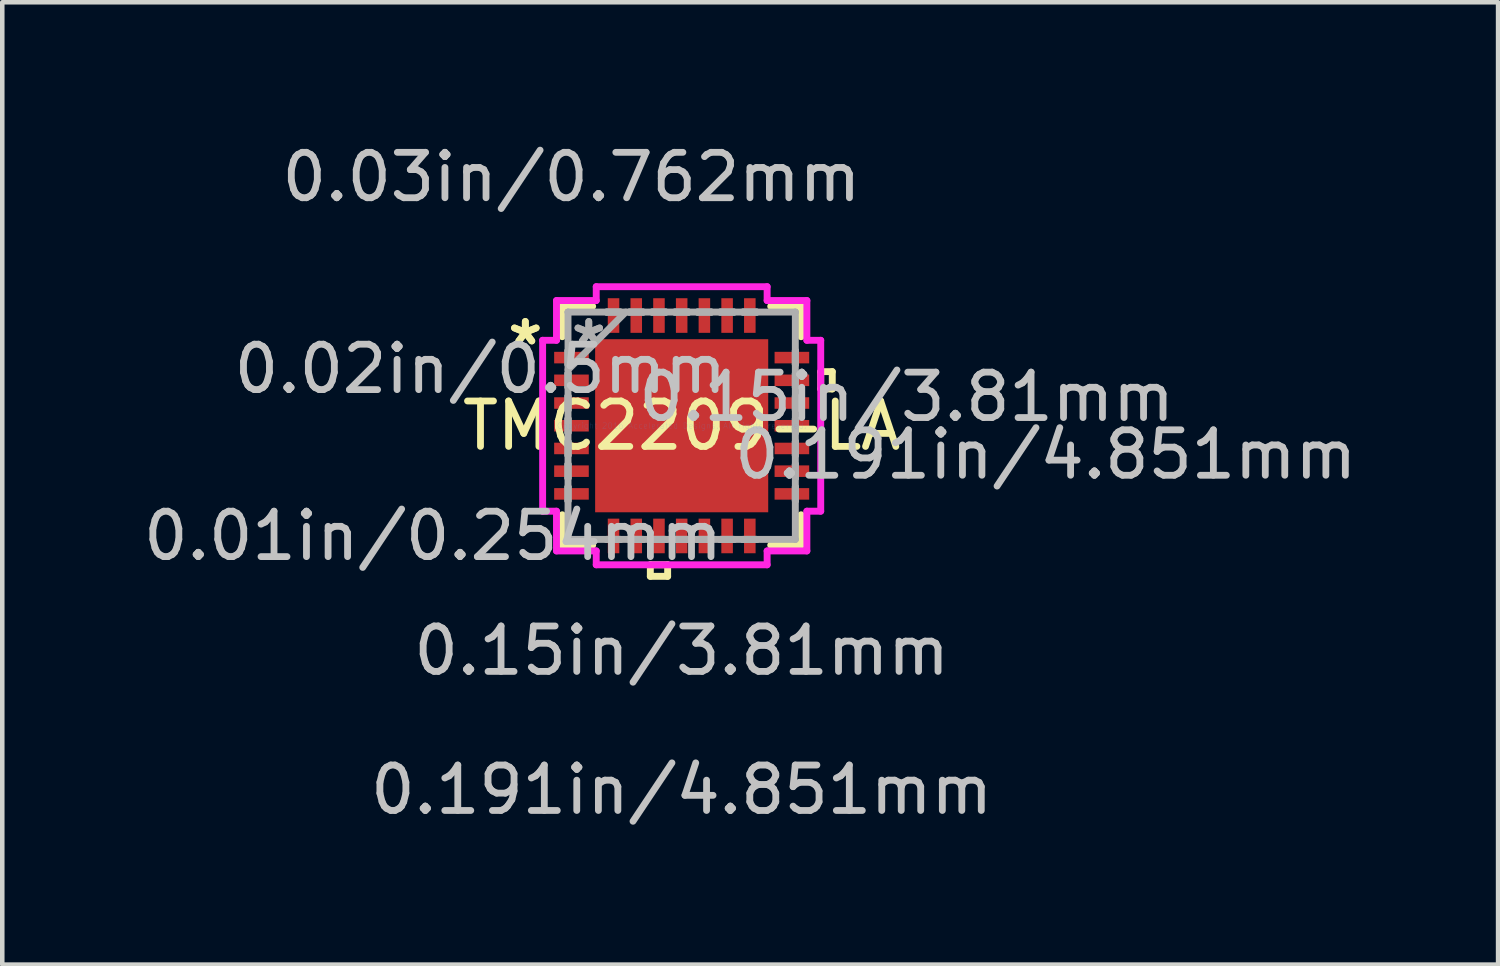
<source format=kicad_pcb>
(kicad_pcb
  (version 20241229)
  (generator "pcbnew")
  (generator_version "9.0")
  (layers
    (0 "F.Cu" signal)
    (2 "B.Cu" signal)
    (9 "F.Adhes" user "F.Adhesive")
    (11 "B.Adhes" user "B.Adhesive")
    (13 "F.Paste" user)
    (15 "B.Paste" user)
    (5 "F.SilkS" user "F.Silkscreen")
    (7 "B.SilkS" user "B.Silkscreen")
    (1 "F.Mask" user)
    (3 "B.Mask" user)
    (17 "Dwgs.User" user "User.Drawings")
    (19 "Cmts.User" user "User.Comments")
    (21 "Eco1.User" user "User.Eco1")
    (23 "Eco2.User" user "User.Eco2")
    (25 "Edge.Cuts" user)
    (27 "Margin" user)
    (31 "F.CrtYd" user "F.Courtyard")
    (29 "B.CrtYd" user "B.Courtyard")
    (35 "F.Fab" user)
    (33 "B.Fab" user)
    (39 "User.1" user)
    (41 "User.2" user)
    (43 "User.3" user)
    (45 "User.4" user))
  (footprint "TMC2209-LA"
    (layer "F.Cu")
    (at 11.956 6.322)
    (property "Reference" "TMC2209-LA" (at 0 0 0) (layer "F.SilkS") (effects (font (size 1 1) (thickness 0.15))))
    (attr through_hole)
    (fp_line (start -2.629 -2.629) (end -2.629 -1.96) (stroke (width 0.152) (type solid)) (layer "F.SilkS"))
    (fp_line (start -2.629 1.96) (end -2.629 2.629) (stroke (width 0.152) (type solid)) (layer "F.SilkS"))
    (fp_line (start -2.629 2.629) (end -1.96 2.629) (stroke (width 0.152) (type solid)) (layer "F.SilkS"))
    (fp_line (start -1.96 -2.629) (end -2.629 -2.629) (stroke (width 0.152) (type solid)) (layer "F.SilkS"))
    (fp_line (start -0.69 3.061) (end -0.69 3.315) (stroke (width 0.152) (type solid)) (layer "F.SilkS"))
    (fp_line (start -0.69 3.315) (end -0.309 3.315) (stroke (width 0.152) (type solid)) (layer "F.SilkS"))
    (fp_line (start -0.309 3.061) (end -0.69 3.061) (stroke (width 0.152) (type solid)) (layer "F.SilkS"))
    (fp_line (start -0.309 3.315) (end -0.309 3.061) (stroke (width 0.152) (type solid)) (layer "F.SilkS"))
    (fp_line (start 1.96 2.629) (end 2.629 2.629) (stroke (width 0.152) (type solid)) (layer "F.SilkS"))
    (fp_line (start 2.629 -2.629) (end 1.96 -2.629) (stroke (width 0.152) (type solid)) (layer "F.SilkS"))
    (fp_line (start 2.629 -1.96) (end 2.629 -2.629) (stroke (width 0.152) (type solid)) (layer "F.SilkS"))
    (fp_line (start 2.629 2.629) (end 2.629 1.96) (stroke (width 0.152) (type solid)) (layer "F.SilkS"))
    (fp_line (start 3.061 -1.191) (end 3.315 -1.191) (stroke (width 0.152) (type solid)) (layer "F.SilkS"))
    (fp_line (start 3.061 -0.81) (end 3.061 -1.191) (stroke (width 0.152) (type solid)) (layer "F.SilkS"))
    (fp_line (start 3.315 -1.191) (end 3.315 -0.81) (stroke (width 0.152) (type solid)) (layer "F.SilkS"))
    (fp_line (start 3.315 -0.81) (end 3.061 -0.81) (stroke (width 0.152) (type solid)) (layer "F.SilkS"))
    (fp_line (start -1.805 -1.805) (end -1.805 -0.735) (stroke (width 0.152) (type solid)) (layer "F.Paste"))
    (fp_line (start -1.805 -0.735) (end -0.735 -0.735) (stroke (width 0.152) (type solid)) (layer "F.Paste"))
    (fp_line (start -1.805 -0.535) (end -1.805 0.535) (stroke (width 0.152) (type solid)) (layer "F.Paste"))
    (fp_line (start -1.805 0.535) (end -0.735 0.535) (stroke (width 0.152) (type solid)) (layer "F.Paste"))
    (fp_line (start -1.805 0.735) (end -1.805 1.805) (stroke (width 0.152) (type solid)) (layer "F.Paste"))
    (fp_line (start -1.805 1.805) (end -0.735 1.805) (stroke (width 0.152) (type solid)) (layer "F.Paste"))
    (fp_line (start -0.735 -1.805) (end -1.805 -1.805) (stroke (width 0.152) (type solid)) (layer "F.Paste"))
    (fp_line (start -0.735 -0.735) (end -0.735 -1.805) (stroke (width 0.152) (type solid)) (layer "F.Paste"))
    (fp_line (start -0.735 -0.535) (end -1.805 -0.535) (stroke (width 0.152) (type solid)) (layer "F.Paste"))
    (fp_line (start -0.735 0.535) (end -0.735 -0.535) (stroke (width 0.152) (type solid)) (layer "F.Paste"))
    (fp_line (start -0.735 0.735) (end -1.805 0.735) (stroke (width 0.152) (type solid)) (layer "F.Paste"))
    (fp_line (start -0.735 1.805) (end -0.735 0.735) (stroke (width 0.152) (type solid)) (layer "F.Paste"))
    (fp_line (start -0.535 -1.805) (end -0.535 -0.735) (stroke (width 0.152) (type solid)) (layer "F.Paste"))
    (fp_line (start -0.535 -0.735) (end 0.535 -0.735) (stroke (width 0.152) (type solid)) (layer "F.Paste"))
    (fp_line (start -0.535 -0.535) (end -0.535 0.535) (stroke (width 0.152) (type solid)) (layer "F.Paste"))
    (fp_line (start -0.535 0.535) (end 0.535 0.535) (stroke (width 0.152) (type solid)) (layer "F.Paste"))
    (fp_line (start -0.535 0.735) (end -0.535 1.805) (stroke (width 0.152) (type solid)) (layer "F.Paste"))
    (fp_line (start -0.535 1.805) (end 0.535 1.805) (stroke (width 0.152) (type solid)) (layer "F.Paste"))
    (fp_line (start 0.535 -1.805) (end -0.535 -1.805) (stroke (width 0.152) (type solid)) (layer "F.Paste"))
    (fp_line (start 0.535 -0.735) (end 0.535 -1.805) (stroke (width 0.152) (type solid)) (layer "F.Paste"))
    (fp_line (start 0.535 -0.535) (end -0.535 -0.535) (stroke (width 0.152) (type solid)) (layer "F.Paste"))
    (fp_line (start 0.535 0.535) (end 0.535 -0.535) (stroke (width 0.152) (type solid)) (layer "F.Paste"))
    (fp_line (start 0.535 0.735) (end -0.535 0.735) (stroke (width 0.152) (type solid)) (layer "F.Paste"))
    (fp_line (start 0.535 1.805) (end 0.535 0.735) (stroke (width 0.152) (type solid)) (layer "F.Paste"))
    (fp_line (start 0.735 -1.805) (end 0.735 -0.735) (stroke (width 0.152) (type solid)) (layer "F.Paste"))
    (fp_line (start 0.735 -0.735) (end 1.805 -0.735) (stroke (width 0.152) (type solid)) (layer "F.Paste"))
    (fp_line (start 0.735 -0.535) (end 0.735 0.535) (stroke (width 0.152) (type solid)) (layer "F.Paste"))
    (fp_line (start 0.735 0.535) (end 1.805 0.535) (stroke (width 0.152) (type solid)) (layer "F.Paste"))
    (fp_line (start 0.735 0.735) (end 0.735 1.805) (stroke (width 0.152) (type solid)) (layer "F.Paste"))
    (fp_line (start 0.735 1.805) (end 1.805 1.805) (stroke (width 0.152) (type solid)) (layer "F.Paste"))
    (fp_line (start 1.805 -1.805) (end 0.735 -1.805) (stroke (width 0.152) (type solid)) (layer "F.Paste"))
    (fp_line (start 1.805 -0.735) (end 1.805 -1.805) (stroke (width 0.152) (type solid)) (layer "F.Paste"))
    (fp_line (start 1.805 -0.535) (end 0.735 -0.535) (stroke (width 0.152) (type solid)) (layer "F.Paste"))
    (fp_line (start 1.805 0.535) (end 1.805 -0.535) (stroke (width 0.152) (type solid)) (layer "F.Paste"))
    (fp_line (start 1.805 0.735) (end 0.735 0.735) (stroke (width 0.152) (type solid)) (layer "F.Paste"))
    (fp_line (start 1.805 1.805) (end 1.805 0.735) (stroke (width 0.152) (type solid)) (layer "F.Paste"))
    (fp_line (start -3.061 -1.881) (end -2.756 -1.881) (stroke (width 0.152) (type solid)) (layer "F.CrtYd"))
    (fp_line (start -3.061 1.881) (end -3.061 -1.881) (stroke (width 0.152) (type solid)) (layer "F.CrtYd"))
    (fp_line (start -2.756 -2.756) (end -1.881 -2.756) (stroke (width 0.152) (type solid)) (layer "F.CrtYd"))
    (fp_line (start -2.756 -1.881) (end -2.756 -2.756) (stroke (width 0.152) (type solid)) (layer "F.CrtYd"))
    (fp_line (start -2.756 1.881) (end -3.061 1.881) (stroke (width 0.152) (type solid)) (layer "F.CrtYd"))
    (fp_line (start -2.756 2.756) (end -2.756 1.881) (stroke (width 0.152) (type solid)) (layer "F.CrtYd"))
    (fp_line (start -1.881 -3.061) (end 1.881 -3.061) (stroke (width 0.152) (type solid)) (layer "F.CrtYd"))
    (fp_line (start -1.881 -2.756) (end -1.881 -3.061) (stroke (width 0.152) (type solid)) (layer "F.CrtYd"))
    (fp_line (start -1.881 2.756) (end -2.756 2.756) (stroke (width 0.152) (type solid)) (layer "F.CrtYd"))
    (fp_line (start -1.881 3.061) (end -1.881 2.756) (stroke (width 0.152) (type solid)) (layer "F.CrtYd"))
    (fp_line (start 1.881 -3.061) (end 1.881 -2.756) (stroke (width 0.152) (type solid)) (layer "F.CrtYd"))
    (fp_line (start 1.881 -2.756) (end 2.756 -2.756) (stroke (width 0.152) (type solid)) (layer "F.CrtYd"))
    (fp_line (start 1.881 2.756) (end 1.881 3.061) (stroke (width 0.152) (type solid)) (layer "F.CrtYd"))
    (fp_line (start 1.881 3.061) (end -1.881 3.061) (stroke (width 0.152) (type solid)) (layer "F.CrtYd"))
    (fp_line (start 2.756 -2.756) (end 2.756 -1.881) (stroke (width 0.152) (type solid)) (layer "F.CrtYd"))
    (fp_line (start 2.756 -1.881) (end 3.061 -1.881) (stroke (width 0.152) (type solid)) (layer "F.CrtYd"))
    (fp_line (start 2.756 1.881) (end 2.756 2.756) (stroke (width 0.152) (type solid)) (layer "F.CrtYd"))
    (fp_line (start 2.756 2.756) (end 1.881 2.756) (stroke (width 0.152) (type solid)) (layer "F.CrtYd"))
    (fp_line (start 3.061 -1.881) (end 3.061 1.881) (stroke (width 0.152) (type solid)) (layer "F.CrtYd"))
    (fp_line (start 3.061 1.881) (end 2.756 1.881) (stroke (width 0.152) (type solid)) (layer "F.CrtYd"))
    (fp_line (start -2.502 -2.502) (end -2.502 -2.502) (stroke (width 0.152) (type solid)) (layer "F.Fab"))
    (fp_line (start -2.502 -2.502) (end -2.502 2.502) (stroke (width 0.152) (type solid)) (layer "F.Fab"))
    (fp_line (start -2.502 -1.652) (end -2.502 -1.652) (stroke (width 0.152) (type solid)) (layer "F.Fab"))
    (fp_line (start -2.502 -1.652) (end -2.502 -1.348) (stroke (width 0.152) (type solid)) (layer "F.Fab"))
    (fp_line (start -2.502 -1.348) (end -2.502 -1.652) (stroke (width 0.152) (type solid)) (layer "F.Fab"))
    (fp_line (start -2.502 -1.348) (end -2.502 -1.348) (stroke (width 0.152) (type solid)) (layer "F.Fab"))
    (fp_line (start -2.502 -1.232) (end -1.232 -2.502) (stroke (width 0.152) (type solid)) (layer "F.Fab"))
    (fp_line (start -2.502 -1.152) (end -2.502 -1.152) (stroke (width 0.152) (type solid)) (layer "F.Fab"))
    (fp_line (start -2.502 -1.152) (end -2.502 -0.848) (stroke (width 0.152) (type solid)) (layer "F.Fab"))
    (fp_line (start -2.502 -0.848) (end -2.502 -1.152) (stroke (width 0.152) (type solid)) (layer "F.Fab"))
    (fp_line (start -2.502 -0.848) (end -2.502 -0.848) (stroke (width 0.152) (type solid)) (layer "F.Fab"))
    (fp_line (start -2.502 -0.652) (end -2.502 -0.652) (stroke (width 0.152) (type solid)) (layer "F.Fab"))
    (fp_line (start -2.502 -0.652) (end -2.502 -0.348) (stroke (width 0.152) (type solid)) (layer "F.Fab"))
    (fp_line (start -2.502 -0.348) (end -2.502 -0.652) (stroke (width 0.152) (type solid)) (layer "F.Fab"))
    (fp_line (start -2.502 -0.348) (end -2.502 -0.348) (stroke (width 0.152) (type solid)) (layer "F.Fab"))
    (fp_line (start -2.502 -0.152) (end -2.502 -0.152) (stroke (width 0.152) (type solid)) (layer "F.Fab"))
    (fp_line (start -2.502 -0.152) (end -2.502 0.152) (stroke (width 0.152) (type solid)) (layer "F.Fab"))
    (fp_line (start -2.502 0.152) (end -2.502 -0.152) (stroke (width 0.152) (type solid)) (layer "F.Fab"))
    (fp_line (start -2.502 0.152) (end -2.502 0.152) (stroke (width 0.152) (type solid)) (layer "F.Fab"))
    (fp_line (start -2.502 0.348) (end -2.502 0.348) (stroke (width 0.152) (type solid)) (layer "F.Fab"))
    (fp_line (start -2.502 0.348) (end -2.502 0.652) (stroke (width 0.152) (type solid)) (layer "F.Fab"))
    (fp_line (start -2.502 0.652) (end -2.502 0.348) (stroke (width 0.152) (type solid)) (layer "F.Fab"))
    (fp_line (start -2.502 0.652) (end -2.502 0.652) (stroke (width 0.152) (type solid)) (layer "F.Fab"))
    (fp_line (start -2.502 0.848) (end -2.502 0.848) (stroke (width 0.152) (type solid)) (layer "F.Fab"))
    (fp_line (start -2.502 0.848) (end -2.502 1.152) (stroke (width 0.152) (type solid)) (layer "F.Fab"))
    (fp_line (start -2.502 1.152) (end -2.502 0.848) (stroke (width 0.152) (type solid)) (layer "F.Fab"))
    (fp_line (start -2.502 1.152) (end -2.502 1.152) (stroke (width 0.152) (type solid)) (layer "F.Fab"))
    (fp_line (start -2.502 1.348) (end -2.502 1.348) (stroke (width 0.152) (type solid)) (layer "F.Fab"))
    (fp_line (start -2.502 1.348) (end -2.502 1.652) (stroke (width 0.152) (type solid)) (layer "F.Fab"))
    (fp_line (start -2.502 1.652) (end -2.502 1.348) (stroke (width 0.152) (type solid)) (layer "F.Fab"))
    (fp_line (start -2.502 1.652) (end -2.502 1.652) (stroke (width 0.152) (type solid)) (layer "F.Fab"))
    (fp_line (start -2.502 2.502) (end -2.502 2.502) (stroke (width 0.152) (type solid)) (layer "F.Fab"))
    (fp_line (start -2.502 2.502) (end 2.502 2.502) (stroke (width 0.152) (type solid)) (layer "F.Fab"))
    (fp_line (start -1.652 -2.502) (end -1.652 -2.502) (stroke (width 0.152) (type solid)) (layer "F.Fab"))
    (fp_line (start -1.652 -2.502) (end -1.348 -2.502) (stroke (width 0.152) (type solid)) (layer "F.Fab"))
    (fp_line (start -1.652 2.502) (end -1.652 2.502) (stroke (width 0.152) (type solid)) (layer "F.Fab"))
    (fp_line (start -1.652 2.502) (end -1.348 2.502) (stroke (width 0.152) (type solid)) (layer "F.Fab"))
    (fp_line (start -1.348 -2.502) (end -1.652 -2.502) (stroke (width 0.152) (type solid)) (layer "F.Fab"))
    (fp_line (start -1.348 -2.502) (end -1.348 -2.502) (stroke (width 0.152) (type solid)) (layer "F.Fab"))
    (fp_line (start -1.348 2.502) (end -1.652 2.502) (stroke (width 0.152) (type solid)) (layer "F.Fab"))
    (fp_line (start -1.348 2.502) (end -1.348 2.502) (stroke (width 0.152) (type solid)) (layer "F.Fab"))
    (fp_line (start -1.152 -2.502) (end -1.152 -2.502) (stroke (width 0.152) (type solid)) (layer "F.Fab"))
    (fp_line (start -1.152 -2.502) (end -0.848 -2.502) (stroke (width 0.152) (type solid)) (layer "F.Fab"))
    (fp_line (start -1.152 2.502) (end -1.152 2.502) (stroke (width 0.152) (type solid)) (layer "F.Fab"))
    (fp_line (start -1.152 2.502) (end -0.848 2.502) (stroke (width 0.152) (type solid)) (layer "F.Fab"))
    (fp_line (start -0.848 -2.502) (end -1.152 -2.502) (stroke (width 0.152) (type solid)) (layer "F.Fab"))
    (fp_line (start -0.848 -2.502) (end -0.848 -2.502) (stroke (width 0.152) (type solid)) (layer "F.Fab"))
    (fp_line (start -0.848 2.502) (end -1.152 2.502) (stroke (width 0.152) (type solid)) (layer "F.Fab"))
    (fp_line (start -0.848 2.502) (end -0.848 2.502) (stroke (width 0.152) (type solid)) (layer "F.Fab"))
    (fp_line (start -0.652 -2.502) (end -0.652 -2.502) (stroke (width 0.152) (type solid)) (layer "F.Fab"))
    (fp_line (start -0.652 -2.502) (end -0.348 -2.502) (stroke (width 0.152) (type solid)) (layer "F.Fab"))
    (fp_line (start -0.652 2.502) (end -0.652 2.502) (stroke (width 0.152) (type solid)) (layer "F.Fab"))
    (fp_line (start -0.652 2.502) (end -0.348 2.502) (stroke (width 0.152) (type solid)) (layer "F.Fab"))
    (fp_line (start -0.348 -2.502) (end -0.652 -2.502) (stroke (width 0.152) (type solid)) (layer "F.Fab"))
    (fp_line (start -0.348 -2.502) (end -0.348 -2.502) (stroke (width 0.152) (type solid)) (layer "F.Fab"))
    (fp_line (start -0.348 2.502) (end -0.652 2.502) (stroke (width 0.152) (type solid)) (layer "F.Fab"))
    (fp_line (start -0.348 2.502) (end -0.348 2.502) (stroke (width 0.152) (type solid)) (layer "F.Fab"))
    (fp_line (start -0.152 -2.502) (end -0.152 -2.502) (stroke (width 0.152) (type solid)) (layer "F.Fab"))
    (fp_line (start -0.152 -2.502) (end 0.152 -2.502) (stroke (width 0.152) (type solid)) (layer "F.Fab"))
    (fp_line (start -0.152 2.502) (end -0.152 2.502) (stroke (width 0.152) (type solid)) (layer "F.Fab"))
    (fp_line (start -0.152 2.502) (end 0.152 2.502) (stroke (width 0.152) (type solid)) (layer "F.Fab"))
    (fp_line (start 0.152 -2.502) (end -0.152 -2.502) (stroke (width 0.152) (type solid)) (layer "F.Fab"))
    (fp_line (start 0.152 -2.502) (end 0.152 -2.502) (stroke (width 0.152) (type solid)) (layer "F.Fab"))
    (fp_line (start 0.152 2.502) (end -0.152 2.502) (stroke (width 0.152) (type solid)) (layer "F.Fab"))
    (fp_line (start 0.152 2.502) (end 0.152 2.502) (stroke (width 0.152) (type solid)) (layer "F.Fab"))
    (fp_line (start 0.348 -2.502) (end 0.348 -2.502) (stroke (width 0.152) (type solid)) (layer "F.Fab"))
    (fp_line (start 0.348 -2.502) (end 0.652 -2.502) (stroke (width 0.152) (type solid)) (layer "F.Fab"))
    (fp_line (start 0.348 2.502) (end 0.348 2.502) (stroke (width 0.152) (type solid)) (layer "F.Fab"))
    (fp_line (start 0.348 2.502) (end 0.652 2.502) (stroke (width 0.152) (type solid)) (layer "F.Fab"))
    (fp_line (start 0.652 -2.502) (end 0.348 -2.502) (stroke (width 0.152) (type solid)) (layer "F.Fab"))
    (fp_line (start 0.652 -2.502) (end 0.652 -2.502) (stroke (width 0.152) (type solid)) (layer "F.Fab"))
    (fp_line (start 0.652 2.502) (end 0.348 2.502) (stroke (width 0.152) (type solid)) (layer "F.Fab"))
    (fp_line (start 0.652 2.502) (end 0.652 2.502) (stroke (width 0.152) (type solid)) (layer "F.Fab"))
    (fp_line (start 0.848 -2.502) (end 0.848 -2.502) (stroke (width 0.152) (type solid)) (layer "F.Fab"))
    (fp_line (start 0.848 -2.502) (end 1.152 -2.502) (stroke (width 0.152) (type solid)) (layer "F.Fab"))
    (fp_line (start 0.848 2.502) (end 0.848 2.502) (stroke (width 0.152) (type solid)) (layer "F.Fab"))
    (fp_line (start 0.848 2.502) (end 1.152 2.502) (stroke (width 0.152) (type solid)) (layer "F.Fab"))
    (fp_line (start 1.152 -2.502) (end 0.848 -2.502) (stroke (width 0.152) (type solid)) (layer "F.Fab"))
    (fp_line (start 1.152 -2.502) (end 1.152 -2.502) (stroke (width 0.152) (type solid)) (layer "F.Fab"))
    (fp_line (start 1.152 2.502) (end 0.848 2.502) (stroke (width 0.152) (type solid)) (layer "F.Fab"))
    (fp_line (start 1.152 2.502) (end 1.152 2.502) (stroke (width 0.152) (type solid)) (layer "F.Fab"))
    (fp_line (start 1.348 -2.502) (end 1.348 -2.502) (stroke (width 0.152) (type solid)) (layer "F.Fab"))
    (fp_line (start 1.348 -2.502) (end 1.652 -2.502) (stroke (width 0.152) (type solid)) (layer "F.Fab"))
    (fp_line (start 1.348 2.502) (end 1.348 2.502) (stroke (width 0.152) (type solid)) (layer "F.Fab"))
    (fp_line (start 1.348 2.502) (end 1.652 2.502) (stroke (width 0.152) (type solid)) (layer "F.Fab"))
    (fp_line (start 1.652 -2.502) (end 1.348 -2.502) (stroke (width 0.152) (type solid)) (layer "F.Fab"))
    (fp_line (start 1.652 -2.502) (end 1.652 -2.502) (stroke (width 0.152) (type solid)) (layer "F.Fab"))
    (fp_line (start 1.652 2.502) (end 1.348 2.502) (stroke (width 0.152) (type solid)) (layer "F.Fab"))
    (fp_line (start 1.652 2.502) (end 1.652 2.502) (stroke (width 0.152) (type solid)) (layer "F.Fab"))
    (fp_line (start 2.502 -2.502) (end -2.502 -2.502) (stroke (width 0.152) (type solid)) (layer "F.Fab"))
    (fp_line (start 2.502 -2.502) (end 2.502 -2.502) (stroke (width 0.152) (type solid)) (layer "F.Fab"))
    (fp_line (start 2.502 -1.652) (end 2.502 -1.652) (stroke (width 0.152) (type solid)) (layer "F.Fab"))
    (fp_line (start 2.502 -1.652) (end 2.502 -1.348) (stroke (width 0.152) (type solid)) (layer "F.Fab"))
    (fp_line (start 2.502 -1.348) (end 2.502 -1.652) (stroke (width 0.152) (type solid)) (layer "F.Fab"))
    (fp_line (start 2.502 -1.348) (end 2.502 -1.348) (stroke (width 0.152) (type solid)) (layer "F.Fab"))
    (fp_line (start 2.502 -1.152) (end 2.502 -1.152) (stroke (width 0.152) (type solid)) (layer "F.Fab"))
    (fp_line (start 2.502 -1.152) (end 2.502 -0.848) (stroke (width 0.152) (type solid)) (layer "F.Fab"))
    (fp_line (start 2.502 -0.848) (end 2.502 -1.152) (stroke (width 0.152) (type solid)) (layer "F.Fab"))
    (fp_line (start 2.502 -0.848) (end 2.502 -0.848) (stroke (width 0.152) (type solid)) (layer "F.Fab"))
    (fp_line (start 2.502 -0.652) (end 2.502 -0.652) (stroke (width 0.152) (type solid)) (layer "F.Fab"))
    (fp_line (start 2.502 -0.652) (end 2.502 -0.348) (stroke (width 0.152) (type solid)) (layer "F.Fab"))
    (fp_line (start 2.502 -0.348) (end 2.502 -0.652) (stroke (width 0.152) (type solid)) (layer "F.Fab"))
    (fp_line (start 2.502 -0.348) (end 2.502 -0.348) (stroke (width 0.152) (type solid)) (layer "F.Fab"))
    (fp_line (start 2.502 -0.152) (end 2.502 -0.152) (stroke (width 0.152) (type solid)) (layer "F.Fab"))
    (fp_line (start 2.502 -0.152) (end 2.502 0.152) (stroke (width 0.152) (type solid)) (layer "F.Fab"))
    (fp_line (start 2.502 0.152) (end 2.502 -0.152) (stroke (width 0.152) (type solid)) (layer "F.Fab"))
    (fp_line (start 2.502 0.152) (end 2.502 0.152) (stroke (width 0.152) (type solid)) (layer "F.Fab"))
    (fp_line (start 2.502 0.348) (end 2.502 0.348) (stroke (width 0.152) (type solid)) (layer "F.Fab"))
    (fp_line (start 2.502 0.348) (end 2.502 0.652) (stroke (width 0.152) (type solid)) (layer "F.Fab"))
    (fp_line (start 2.502 0.652) (end 2.502 0.348) (stroke (width 0.152) (type solid)) (layer "F.Fab"))
    (fp_line (start 2.502 0.652) (end 2.502 0.652) (stroke (width 0.152) (type solid)) (layer "F.Fab"))
    (fp_line (start 2.502 0.848) (end 2.502 0.848) (stroke (width 0.152) (type solid)) (layer "F.Fab"))
    (fp_line (start 2.502 0.848) (end 2.502 1.152) (stroke (width 0.152) (type solid)) (layer "F.Fab"))
    (fp_line (start 2.502 1.152) (end 2.502 0.848) (stroke (width 0.152) (type solid)) (layer "F.Fab"))
    (fp_line (start 2.502 1.152) (end 2.502 1.152) (stroke (width 0.152) (type solid)) (layer "F.Fab"))
    (fp_line (start 2.502 1.348) (end 2.502 1.348) (stroke (width 0.152) (type solid)) (layer "F.Fab"))
    (fp_line (start 2.502 1.348) (end 2.502 1.652) (stroke (width 0.152) (type solid)) (layer "F.Fab"))
    (fp_line (start 2.502 1.652) (end 2.502 1.348) (stroke (width 0.152) (type solid)) (layer "F.Fab"))
    (fp_line (start 2.502 1.652) (end 2.502 1.652) (stroke (width 0.152) (type solid)) (layer "F.Fab"))
    (fp_line (start 2.502 2.502) (end 2.502 -2.502) (stroke (width 0.152) (type solid)) (layer "F.Fab"))
    (fp_line (start 2.502 2.502) (end 2.502 2.502) (stroke (width 0.152) (type solid)) (layer "F.Fab"))
    (fp_text user "*" (at -3.442 -1.75 0) (layer "F.SilkS") (effects (font (size 1 1) (thickness 0.15))))
    (fp_text user "*" (at -3.442 -1.75 0) (layer "F.SilkS") (effects (font (size 1 1) (thickness 0.15))))
    (fp_text user "0.01in/0.254mm" (at -5.474 2.426 0) (layer "Dwgs.User") (effects (font (size 1 1) (thickness 0.15))))
    (fp_text user "0.191in/4.851mm" (at 0 8.014 0) (layer "Dwgs.User") (effects (font (size 1 1) (thickness 0.15))))
    (fp_text user "0.03in/0.762mm" (at -2.426 -5.474 0) (layer "Dwgs.User") (effects (font (size 1 1) (thickness 0.15))))
    (fp_text user "0.15in/3.81mm" (at 0 4.953 0) (layer "Dwgs.User") (effects (font (size 1 1) (thickness 0.15))))
    (fp_text user "0.02in/0.5mm" (at -4.432 -1.25 0) (layer "Dwgs.User") (effects (font (size 1 1) (thickness 0.15))))
    (fp_text user "0.15in/3.81mm" (at 4.953 -0.635 0) (layer "Dwgs.User") (effects (font (size 1 1) (thickness 0.15))))
    (fp_text user "0.191in/4.851mm" (at 8.014 0.635 0) (layer "Dwgs.User") (effects (font (size 1 1) (thickness 0.15))))
    (fp_text user "Copyright 2016 Accelerated Designs. All rights reserved." (at 0 0 0) (layer "Cmts.User") (effects (font (size 0.127 0.127) (thickness 0.002))))
    (fp_text user "*" (at -2.045 -1.75 0) (layer "F.Fab") (effects (font (size 1 1) (thickness 0.15))))
    (fp_text user "*" (at -2.045 -1.75 0) (layer "F.Fab") (effects (font (size 1 1) (thickness 0.15))))
    (pad "1" smd rect (at -2.426 -1.5 90) (size 0.254 0.762) (layers "F.Cu" "F.Mask" "F.Paste"))
    (pad "2" smd rect (at -2.426 -1 90) (size 0.254 0.762) (layers "F.Cu" "F.Mask" "F.Paste"))
    (pad "3" smd rect (at -2.426 -0.5 90) (size 0.254 0.762) (layers "F.Cu" "F.Mask" "F.Paste"))
    (pad "4" smd rect (at -2.426 0 90) (size 0.254 0.762) (layers "F.Cu" "F.Mask" "F.Paste"))
    (pad "5" smd rect (at -2.426 0.5 90) (size 0.254 0.762) (layers "F.Cu" "F.Mask" "F.Paste"))
    (pad "6" smd rect (at -2.426 1 90) (size 0.254 0.762) (layers "F.Cu" "F.Mask" "F.Paste"))
    (pad "7" smd rect (at -2.426 1.5 90) (size 0.254 0.762) (layers "F.Cu" "F.Mask" "F.Paste"))
    (pad "8" smd rect (at -1.5 2.426) (size 0.254 0.762) (layers "F.Cu" "F.Mask" "F.Paste"))
    (pad "9" smd rect (at -1 2.426) (size 0.254 0.762) (layers "F.Cu" "F.Mask" "F.Paste"))
    (pad "10" smd rect (at -0.5 2.426) (size 0.254 0.762) (layers "F.Cu" "F.Mask" "F.Paste"))
    (pad "11" smd rect (at 0 2.426) (size 0.254 0.762) (layers "F.Cu" "F.Mask" "F.Paste"))
    (pad "12" smd rect (at 0.5 2.426) (size 0.254 0.762) (layers "F.Cu" "F.Mask" "F.Paste"))
    (pad "13" smd rect (at 1 2.426) (size 0.254 0.762) (layers "F.Cu" "F.Mask" "F.Paste"))
    (pad "14" smd rect (at 1.5 2.426) (size 0.254 0.762) (layers "F.Cu" "F.Mask" "F.Paste"))
    (pad "15" smd rect (at 2.426 1.5 90) (size 0.254 0.762) (layers "F.Cu" "F.Mask" "F.Paste"))
    (pad "16" smd rect (at 2.426 1 90) (size 0.254 0.762) (layers "F.Cu" "F.Mask" "F.Paste"))
    (pad "17" smd rect (at 2.426 0.5 90) (size 0.254 0.762) (layers "F.Cu" "F.Mask" "F.Paste"))
    (pad "18" smd rect (at 2.426 0 90) (size 0.254 0.762) (layers "F.Cu" "F.Mask" "F.Paste"))
    (pad "19" smd rect (at 2.426 -0.5 90) (size 0.254 0.762) (layers "F.Cu" "F.Mask" "F.Paste"))
    (pad "20" smd rect (at 2.426 -1 90) (size 0.254 0.762) (layers "F.Cu" "F.Mask" "F.Paste"))
    (pad "21" smd rect (at 2.426 -1.5 90) (size 0.254 0.762) (layers "F.Cu" "F.Mask" "F.Paste"))
    (pad "22" smd rect (at 1.5 -2.426) (size 0.254 0.762) (layers "F.Cu" "F.Mask" "F.Paste"))
    (pad "23" smd rect (at 1 -2.426) (size 0.254 0.762) (layers "F.Cu" "F.Mask" "F.Paste"))
    (pad "24" smd rect (at 0.5 -2.426) (size 0.254 0.762) (layers "F.Cu" "F.Mask" "F.Paste"))
    (pad "25" smd rect (at 0 -2.426) (size 0.254 0.762) (layers "F.Cu" "F.Mask" "F.Paste"))
    (pad "26" smd rect (at -0.5 -2.426) (size 0.254 0.762) (layers "F.Cu" "F.Mask" "F.Paste"))
    (pad "27" smd rect (at -1 -2.426) (size 0.254 0.762) (layers "F.Cu" "F.Mask" "F.Paste"))
    (pad "28" smd rect (at -1.5 -2.426) (size 0.254 0.762) (layers "F.Cu" "F.Mask" "F.Paste"))
    (pad "29" smd rect (at 0 0) (size 3.81 3.81) (layers "F.Cu" "F.Mask" "F.Paste")))
  (gr_rect
    (start -3 -3)
    (end 29.928 18.184)
    (stroke (width 0.1) (type default))
    (fill no)
    (layer "Edge.Cuts")))
</source>
